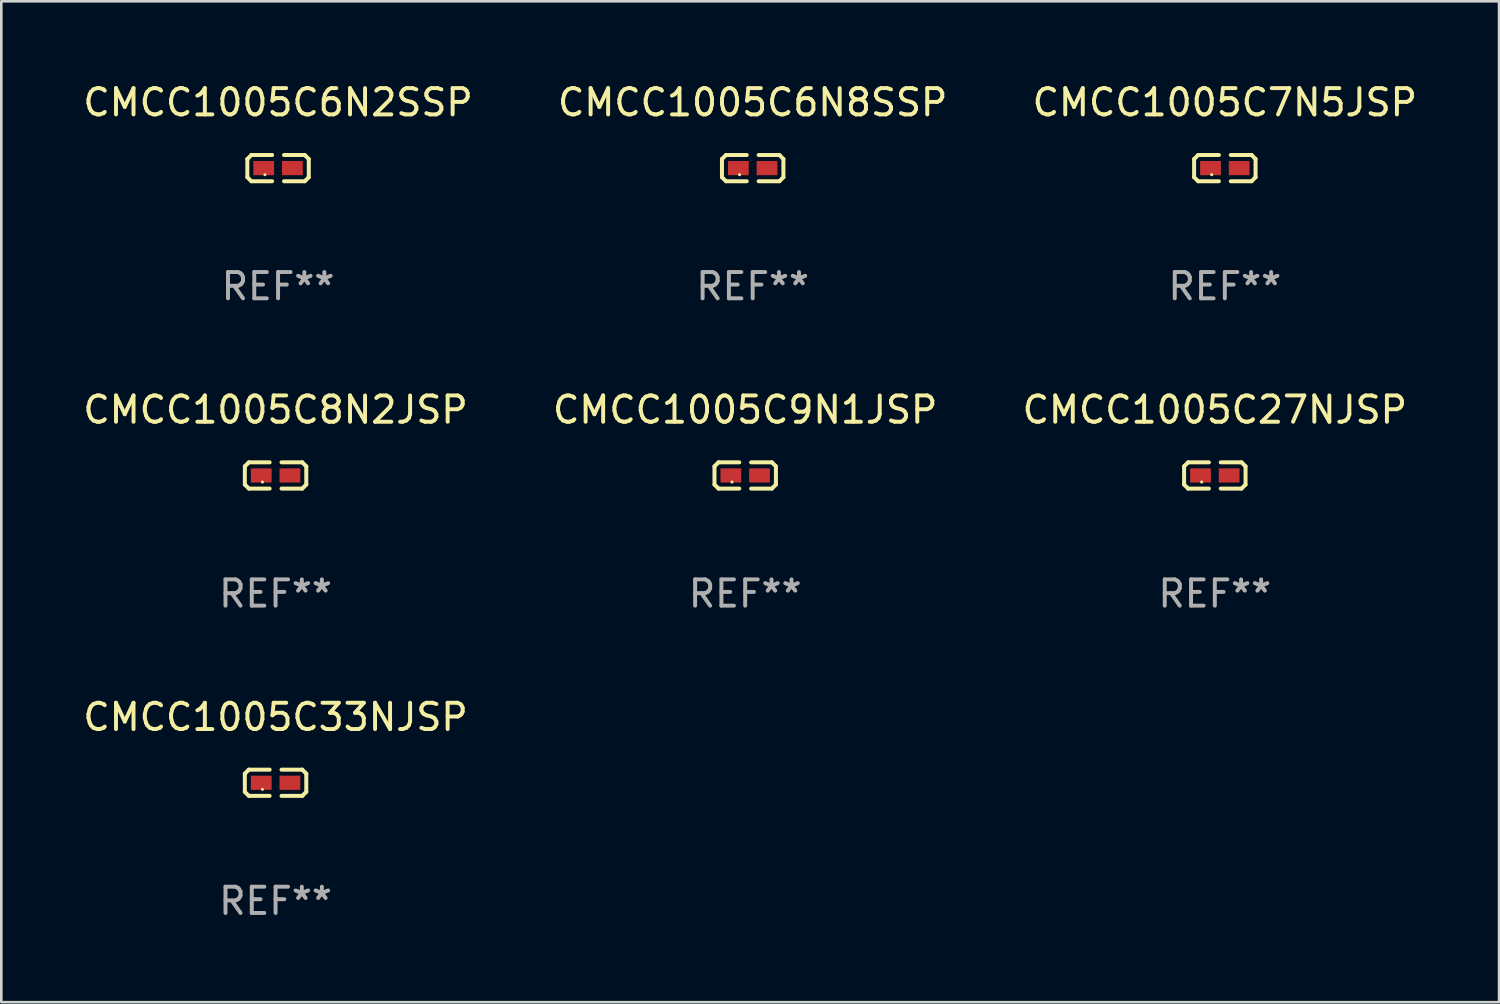
<source format=kicad_pcb>
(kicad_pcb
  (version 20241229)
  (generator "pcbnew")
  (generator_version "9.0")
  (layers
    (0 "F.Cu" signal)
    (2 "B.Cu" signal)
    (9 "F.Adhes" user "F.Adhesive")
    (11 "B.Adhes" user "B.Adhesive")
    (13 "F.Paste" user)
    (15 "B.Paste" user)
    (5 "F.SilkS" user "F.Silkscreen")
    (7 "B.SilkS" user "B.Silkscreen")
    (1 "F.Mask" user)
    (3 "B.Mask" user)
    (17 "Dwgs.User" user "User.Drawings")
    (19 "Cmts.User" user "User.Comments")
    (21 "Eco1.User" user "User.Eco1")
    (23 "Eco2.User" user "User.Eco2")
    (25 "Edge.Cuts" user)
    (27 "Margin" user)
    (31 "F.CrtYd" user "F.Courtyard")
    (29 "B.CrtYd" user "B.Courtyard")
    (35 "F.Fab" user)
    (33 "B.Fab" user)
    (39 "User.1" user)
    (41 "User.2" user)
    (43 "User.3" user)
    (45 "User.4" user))
  (footprint "CMCC1005C7N5JSP"
    (layer "F.Cu")
    (at 43.554 3.347)
    (property "Reference" "CMCC1005C7N5JSP" (at 0 -2.499 0) (layer "F.SilkS") (effects (font (size 1 1) (thickness 0.15))))
    (attr through_hole)
    (fp_line (start -1.169 -0.346) (end -1.016 -0.499) (stroke (width 0.152) (type solid)) (layer "F.SilkS"))
    (fp_line (start -1.169 0.346) (end -1.169 -0.346) (stroke (width 0.152) (type solid)) (layer "F.SilkS"))
    (fp_line (start -1.016 -0.499) (end -0.226 -0.499) (stroke (width 0.152) (type solid)) (layer "F.SilkS"))
    (fp_line (start -1.016 0.499) (end -1.169 0.346) (stroke (width 0.152) (type solid)) (layer "F.SilkS"))
    (fp_line (start -0.226 0.499) (end -1.016 0.499) (stroke (width 0.152) (type solid)) (layer "F.SilkS"))
    (fp_line (start 0.226 0.499) (end 1.016 0.499) (stroke (width 0.152) (type solid)) (layer "F.SilkS"))
    (fp_line (start 1.016 -0.499) (end 0.226 -0.499) (stroke (width 0.152) (type solid)) (layer "F.SilkS"))
    (fp_line (start 1.016 0.499) (end 1.169 0.346) (stroke (width 0.152) (type solid)) (layer "F.SilkS"))
    (fp_line (start 1.169 -0.346) (end 1.016 -0.499) (stroke (width 0.152) (type solid)) (layer "F.SilkS"))
    (fp_line (start 1.169 0.346) (end 1.169 -0.346) (stroke (width 0.152) (type solid)) (layer "F.SilkS"))
    (fp_circle (center -0.5 0.25) (end -0.47 0.25) (stroke (width 0.06) (type solid)) (fill no) (layer "F.SilkS"))
    (fp_text user "REF**" (at 0 4.499 0) (layer "F.Fab") (effects (font (size 1 1) (thickness 0.15))))
    (pad "1" smd rect (at -0.545 0) (size 0.79 0.54) (layers "F.Cu" "F.Mask" "F.Paste"))
    (pad "2" smd rect (at 0.545 0) (size 0.79 0.54) (layers "F.Cu" "F.Mask" "F.Paste")))
  (footprint "CMCC1005C8N2JSP"
    (layer "F.Cu")
    (at 7.435 15.041)
    (property "Reference" "CMCC1005C8N2JSP" (at 0 -2.499 0) (layer "F.SilkS") (effects (font (size 1 1) (thickness 0.15))))
    (attr through_hole)
    (fp_line (start -1.169 -0.346) (end -1.016 -0.499) (stroke (width 0.152) (type solid)) (layer "F.SilkS"))
    (fp_line (start -1.169 0.346) (end -1.169 -0.346) (stroke (width 0.152) (type solid)) (layer "F.SilkS"))
    (fp_line (start -1.016 -0.499) (end -0.226 -0.499) (stroke (width 0.152) (type solid)) (layer "F.SilkS"))
    (fp_line (start -1.016 0.499) (end -1.169 0.346) (stroke (width 0.152) (type solid)) (layer "F.SilkS"))
    (fp_line (start -0.226 0.499) (end -1.016 0.499) (stroke (width 0.152) (type solid)) (layer "F.SilkS"))
    (fp_line (start 0.226 0.499) (end 1.016 0.499) (stroke (width 0.152) (type solid)) (layer "F.SilkS"))
    (fp_line (start 1.016 -0.499) (end 0.226 -0.499) (stroke (width 0.152) (type solid)) (layer "F.SilkS"))
    (fp_line (start 1.016 0.499) (end 1.169 0.346) (stroke (width 0.152) (type solid)) (layer "F.SilkS"))
    (fp_line (start 1.169 -0.346) (end 1.016 -0.499) (stroke (width 0.152) (type solid)) (layer "F.SilkS"))
    (fp_line (start 1.169 0.346) (end 1.169 -0.346) (stroke (width 0.152) (type solid)) (layer "F.SilkS"))
    (fp_circle (center -0.5 0.25) (end -0.47 0.25) (stroke (width 0.06) (type solid)) (fill no) (layer "F.SilkS"))
    (fp_text user "REF**" (at 0 4.499 0) (layer "F.Fab") (effects (font (size 1 1) (thickness 0.15))))
    (pad "1" smd rect (at -0.545 0) (size 0.79 0.54) (layers "F.Cu" "F.Mask" "F.Paste"))
    (pad "2" smd rect (at 0.545 0) (size 0.79 0.54) (layers "F.Cu" "F.Mask" "F.Paste")))
  (footprint "CMCC1005C9N1JSP"
    (layer "F.Cu")
    (at 25.304 15.041)
    (property "Reference" "CMCC1005C9N1JSP" (at 0 -2.499 0) (layer "F.SilkS") (effects (font (size 1 1) (thickness 0.15))))
    (attr through_hole)
    (fp_line (start -1.169 -0.346) (end -1.016 -0.499) (stroke (width 0.152) (type solid)) (layer "F.SilkS"))
    (fp_line (start -1.169 0.346) (end -1.169 -0.346) (stroke (width 0.152) (type solid)) (layer "F.SilkS"))
    (fp_line (start -1.016 -0.499) (end -0.226 -0.499) (stroke (width 0.152) (type solid)) (layer "F.SilkS"))
    (fp_line (start -1.016 0.499) (end -1.169 0.346) (stroke (width 0.152) (type solid)) (layer "F.SilkS"))
    (fp_line (start -0.226 0.499) (end -1.016 0.499) (stroke (width 0.152) (type solid)) (layer "F.SilkS"))
    (fp_line (start 0.226 0.499) (end 1.016 0.499) (stroke (width 0.152) (type solid)) (layer "F.SilkS"))
    (fp_line (start 1.016 -0.499) (end 0.226 -0.499) (stroke (width 0.152) (type solid)) (layer "F.SilkS"))
    (fp_line (start 1.016 0.499) (end 1.169 0.346) (stroke (width 0.152) (type solid)) (layer "F.SilkS"))
    (fp_line (start 1.169 -0.346) (end 1.016 -0.499) (stroke (width 0.152) (type solid)) (layer "F.SilkS"))
    (fp_line (start 1.169 0.346) (end 1.169 -0.346) (stroke (width 0.152) (type solid)) (layer "F.SilkS"))
    (fp_circle (center -0.5 0.25) (end -0.47 0.25) (stroke (width 0.06) (type solid)) (fill no) (layer "F.SilkS"))
    (fp_text user "REF**" (at 0 4.499 0) (layer "F.Fab") (effects (font (size 1 1) (thickness 0.15))))
    (pad "1" smd rect (at -0.545 0) (size 0.79 0.54) (layers "F.Cu" "F.Mask" "F.Paste"))
    (pad "2" smd rect (at 0.545 0) (size 0.79 0.54) (layers "F.Cu" "F.Mask" "F.Paste")))
  (footprint "CMCC1005C6N2SSP"
    (layer "F.Cu")
    (at 7.53 3.347)
    (property "Reference" "CMCC1005C6N2SSP" (at 0 -2.499 0) (layer "F.SilkS") (effects (font (size 1 1) (thickness 0.15))))
    (attr through_hole)
    (fp_line (start -1.169 -0.346) (end -1.016 -0.499) (stroke (width 0.152) (type solid)) (layer "F.SilkS"))
    (fp_line (start -1.169 0.346) (end -1.169 -0.346) (stroke (width 0.152) (type solid)) (layer "F.SilkS"))
    (fp_line (start -1.016 -0.499) (end -0.226 -0.499) (stroke (width 0.152) (type solid)) (layer "F.SilkS"))
    (fp_line (start -1.016 0.499) (end -1.169 0.346) (stroke (width 0.152) (type solid)) (layer "F.SilkS"))
    (fp_line (start -0.226 0.499) (end -1.016 0.499) (stroke (width 0.152) (type solid)) (layer "F.SilkS"))
    (fp_line (start 0.226 0.499) (end 1.016 0.499) (stroke (width 0.152) (type solid)) (layer "F.SilkS"))
    (fp_line (start 1.016 -0.499) (end 0.226 -0.499) (stroke (width 0.152) (type solid)) (layer "F.SilkS"))
    (fp_line (start 1.016 0.499) (end 1.169 0.346) (stroke (width 0.152) (type solid)) (layer "F.SilkS"))
    (fp_line (start 1.169 -0.346) (end 1.016 -0.499) (stroke (width 0.152) (type solid)) (layer "F.SilkS"))
    (fp_line (start 1.169 0.346) (end 1.169 -0.346) (stroke (width 0.152) (type solid)) (layer "F.SilkS"))
    (fp_circle (center -0.5 0.25) (end -0.47 0.25) (stroke (width 0.06) (type solid)) (fill no) (layer "F.SilkS"))
    (fp_text user "REF**" (at 0 4.499 0) (layer "F.Fab") (effects (font (size 1 1) (thickness 0.15))))
    (pad "1" smd rect (at -0.545 0) (size 0.79 0.54) (layers "F.Cu" "F.Mask" "F.Paste"))
    (pad "2" smd rect (at 0.545 0) (size 0.79 0.54) (layers "F.Cu" "F.Mask" "F.Paste")))
  (footprint "CMCC1005C6N8SSP"
    (layer "F.Cu")
    (at 25.589 3.347)
    (property "Reference" "CMCC1005C6N8SSP" (at 0 -2.499 0) (layer "F.SilkS") (effects (font (size 1 1) (thickness 0.15))))
    (attr through_hole)
    (fp_line (start -1.169 -0.346) (end -1.016 -0.499) (stroke (width 0.152) (type solid)) (layer "F.SilkS"))
    (fp_line (start -1.169 0.346) (end -1.169 -0.346) (stroke (width 0.152) (type solid)) (layer "F.SilkS"))
    (fp_line (start -1.016 -0.499) (end -0.226 -0.499) (stroke (width 0.152) (type solid)) (layer "F.SilkS"))
    (fp_line (start -1.016 0.499) (end -1.169 0.346) (stroke (width 0.152) (type solid)) (layer "F.SilkS"))
    (fp_line (start -0.226 0.499) (end -1.016 0.499) (stroke (width 0.152) (type solid)) (layer "F.SilkS"))
    (fp_line (start 0.226 0.499) (end 1.016 0.499) (stroke (width 0.152) (type solid)) (layer "F.SilkS"))
    (fp_line (start 1.016 -0.499) (end 0.226 -0.499) (stroke (width 0.152) (type solid)) (layer "F.SilkS"))
    (fp_line (start 1.016 0.499) (end 1.169 0.346) (stroke (width 0.152) (type solid)) (layer "F.SilkS"))
    (fp_line (start 1.169 -0.346) (end 1.016 -0.499) (stroke (width 0.152) (type solid)) (layer "F.SilkS"))
    (fp_line (start 1.169 0.346) (end 1.169 -0.346) (stroke (width 0.152) (type solid)) (layer "F.SilkS"))
    (fp_circle (center -0.5 0.25) (end -0.47 0.25) (stroke (width 0.06) (type solid)) (fill no) (layer "F.SilkS"))
    (fp_text user "REF**" (at 0 4.499 0) (layer "F.Fab") (effects (font (size 1 1) (thickness 0.15))))
    (pad "1" smd rect (at -0.545 0) (size 0.79 0.54) (layers "F.Cu" "F.Mask" "F.Paste"))
    (pad "2" smd rect (at 0.545 0) (size 0.79 0.54) (layers "F.Cu" "F.Mask" "F.Paste")))
  (footprint "CMCC1005C33NJSP"
    (layer "F.Cu")
    (at 7.435 26.734)
    (property "Reference" "CMCC1005C33NJSP" (at 0 -2.499 0) (layer "F.SilkS") (effects (font (size 1 1) (thickness 0.15))))
    (attr through_hole)
    (fp_line (start -1.169 -0.346) (end -1.016 -0.499) (stroke (width 0.152) (type solid)) (layer "F.SilkS"))
    (fp_line (start -1.169 0.346) (end -1.169 -0.346) (stroke (width 0.152) (type solid)) (layer "F.SilkS"))
    (fp_line (start -1.016 -0.499) (end -0.226 -0.499) (stroke (width 0.152) (type solid)) (layer "F.SilkS"))
    (fp_line (start -1.016 0.499) (end -1.169 0.346) (stroke (width 0.152) (type solid)) (layer "F.SilkS"))
    (fp_line (start -0.226 0.499) (end -1.016 0.499) (stroke (width 0.152) (type solid)) (layer "F.SilkS"))
    (fp_line (start 0.226 0.499) (end 1.016 0.499) (stroke (width 0.152) (type solid)) (layer "F.SilkS"))
    (fp_line (start 1.016 -0.499) (end 0.226 -0.499) (stroke (width 0.152) (type solid)) (layer "F.SilkS"))
    (fp_line (start 1.016 0.499) (end 1.169 0.346) (stroke (width 0.152) (type solid)) (layer "F.SilkS"))
    (fp_line (start 1.169 -0.346) (end 1.016 -0.499) (stroke (width 0.152) (type solid)) (layer "F.SilkS"))
    (fp_line (start 1.169 0.346) (end 1.169 -0.346) (stroke (width 0.152) (type solid)) (layer "F.SilkS"))
    (fp_circle (center -0.5 0.25) (end -0.47 0.25) (stroke (width 0.06) (type solid)) (fill no) (layer "F.SilkS"))
    (fp_text user "REF**" (at 0 4.499 0) (layer "F.Fab") (effects (font (size 1 1) (thickness 0.15))))
    (pad "1" smd rect (at -0.545 0) (size 0.79 0.54) (layers "F.Cu" "F.Mask" "F.Paste"))
    (pad "2" smd rect (at 0.545 0) (size 0.79 0.54) (layers "F.Cu" "F.Mask" "F.Paste")))
  (footprint "CMCC1005C27NJSP"
    (layer "F.Cu")
    (at 43.173 15.041)
    (property "Reference" "CMCC1005C27NJSP" (at 0 -2.499 0) (layer "F.SilkS") (effects (font (size 1 1) (thickness 0.15))))
    (attr through_hole)
    (fp_line (start -1.169 -0.346) (end -1.016 -0.499) (stroke (width 0.152) (type solid)) (layer "F.SilkS"))
    (fp_line (start -1.169 0.346) (end -1.169 -0.346) (stroke (width 0.152) (type solid)) (layer "F.SilkS"))
    (fp_line (start -1.016 -0.499) (end -0.226 -0.499) (stroke (width 0.152) (type solid)) (layer "F.SilkS"))
    (fp_line (start -1.016 0.499) (end -1.169 0.346) (stroke (width 0.152) (type solid)) (layer "F.SilkS"))
    (fp_line (start -0.226 0.499) (end -1.016 0.499) (stroke (width 0.152) (type solid)) (layer "F.SilkS"))
    (fp_line (start 0.226 0.499) (end 1.016 0.499) (stroke (width 0.152) (type solid)) (layer "F.SilkS"))
    (fp_line (start 1.016 -0.499) (end 0.226 -0.499) (stroke (width 0.152) (type solid)) (layer "F.SilkS"))
    (fp_line (start 1.016 0.499) (end 1.169 0.346) (stroke (width 0.152) (type solid)) (layer "F.SilkS"))
    (fp_line (start 1.169 -0.346) (end 1.016 -0.499) (stroke (width 0.152) (type solid)) (layer "F.SilkS"))
    (fp_line (start 1.169 0.346) (end 1.169 -0.346) (stroke (width 0.152) (type solid)) (layer "F.SilkS"))
    (fp_circle (center -0.5 0.25) (end -0.47 0.25) (stroke (width 0.06) (type solid)) (fill no) (layer "F.SilkS"))
    (fp_text user "REF**" (at 0 4.499 0) (layer "F.Fab") (effects (font (size 1 1) (thickness 0.15))))
    (pad "1" smd rect (at -0.545 0) (size 0.79 0.54) (layers "F.Cu" "F.Mask" "F.Paste"))
    (pad "2" smd rect (at 0.545 0) (size 0.79 0.54) (layers "F.Cu" "F.Mask" "F.Paste")))
  (gr_rect
    (start -3 -3)
    (end 53.988 35.081)
    (stroke (width 0.1) (type default))
    (fill no)
    (layer "Edge.Cuts")))
</source>
